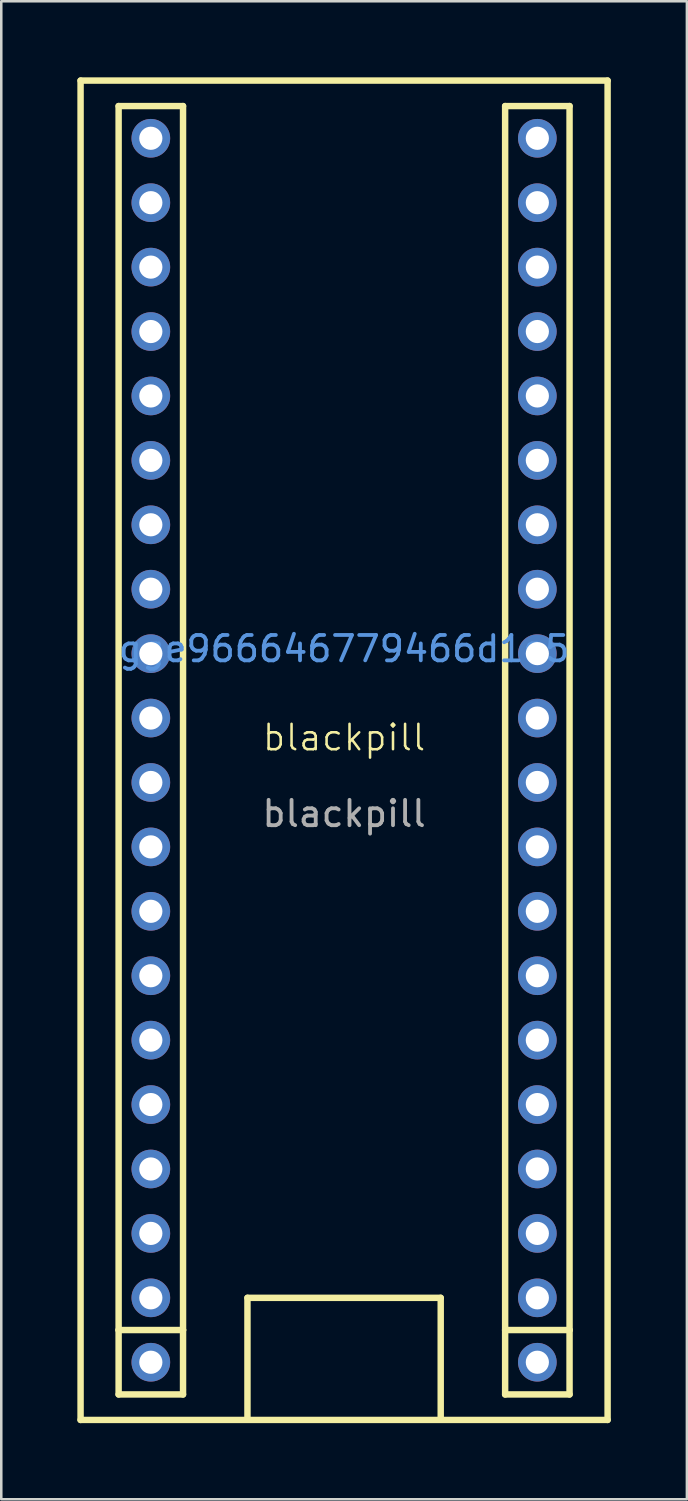
<source format=kicad_pcb>
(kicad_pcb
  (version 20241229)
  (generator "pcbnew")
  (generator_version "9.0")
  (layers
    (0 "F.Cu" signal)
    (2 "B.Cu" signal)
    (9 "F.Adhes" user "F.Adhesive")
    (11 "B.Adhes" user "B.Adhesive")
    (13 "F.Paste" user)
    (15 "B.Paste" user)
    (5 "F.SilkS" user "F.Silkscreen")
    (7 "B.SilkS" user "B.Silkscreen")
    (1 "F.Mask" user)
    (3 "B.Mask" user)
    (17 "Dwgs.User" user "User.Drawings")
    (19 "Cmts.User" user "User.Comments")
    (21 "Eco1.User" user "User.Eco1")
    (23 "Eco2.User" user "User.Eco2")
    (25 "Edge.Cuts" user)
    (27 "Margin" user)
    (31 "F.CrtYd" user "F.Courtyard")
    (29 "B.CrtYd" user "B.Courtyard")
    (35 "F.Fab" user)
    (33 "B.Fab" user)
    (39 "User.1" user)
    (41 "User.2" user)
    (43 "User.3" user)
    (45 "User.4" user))
  (footprint "blackpill"
    (layer "F.Cu")
    (at 10.517 26.532)
    (property "Reference" "blackpill" (at 0 -0.5 0) (unlocked yes) (layer "F.SilkS") (effects (font (size 1 1) (thickness 0.1))))
    (attr smd)
    (fp_line (start -10.39 -26.405) (end 10.39 -26.405) (stroke (width 0.254) (type solid)) (layer "F.SilkS"))
    (fp_line (start -10.39 26.405) (end -10.39 -26.405) (stroke (width 0.254) (type solid)) (layer "F.SilkS"))
    (fp_line (start -8.89 -25.4) (end -6.35 -25.4) (stroke (width 0.254) (type solid)) (layer "F.SilkS"))
    (fp_line (start -8.89 22.86) (end -8.89 -25.4) (stroke (width 0.254) (type solid)) (layer "F.SilkS"))
    (fp_line (start -8.89 22.86) (end -8.89 25.4) (stroke (width 0.254) (type solid)) (layer "F.SilkS"))
    (fp_line (start -8.89 25.4) (end -6.35 25.4) (stroke (width 0.254) (type solid)) (layer "F.SilkS"))
    (fp_line (start -6.35 -25.4) (end -6.35 22.86) (stroke (width 0.254) (type solid)) (layer "F.SilkS"))
    (fp_line (start -6.35 22.86) (end -8.89 22.86) (stroke (width 0.254) (type solid)) (layer "F.SilkS"))
    (fp_line (start -6.35 25.4) (end -6.35 22.86) (stroke (width 0.254) (type solid)) (layer "F.SilkS"))
    (fp_line (start -3.81 21.59) (end 3.81 21.59) (stroke (width 0.254) (type solid)) (layer "F.SilkS"))
    (fp_line (start -3.81 26.289) (end -3.81 21.59) (stroke (width 0.254) (type solid)) (layer "F.SilkS"))
    (fp_line (start 3.81 21.59) (end 3.81 26.289) (stroke (width 0.254) (type solid)) (layer "F.SilkS"))
    (fp_line (start 6.35 -25.4) (end 8.89 -25.4) (stroke (width 0.254) (type solid)) (layer "F.SilkS"))
    (fp_line (start 6.35 22.86) (end 6.35 -25.4) (stroke (width 0.254) (type solid)) (layer "F.SilkS"))
    (fp_line (start 6.35 22.86) (end 6.35 25.4) (stroke (width 0.254) (type solid)) (layer "F.SilkS"))
    (fp_line (start 6.35 25.4) (end 8.89 25.4) (stroke (width 0.254) (type solid)) (layer "F.SilkS"))
    (fp_line (start 8.89 -25.4) (end 8.89 22.86) (stroke (width 0.254) (type solid)) (layer "F.SilkS"))
    (fp_line (start 8.89 22.86) (end 6.35 22.86) (stroke (width 0.254) (type solid)) (layer "F.SilkS"))
    (fp_line (start 8.89 25.4) (end 8.89 22.86) (stroke (width 0.254) (type solid)) (layer "F.SilkS"))
    (fp_line (start 10.39 -26.405) (end 10.39 26.405) (stroke (width 0.254) (type solid)) (layer "F.SilkS"))
    (fp_line (start 10.39 26.405) (end -10.39 26.405) (stroke (width 0.254) (type solid)) (layer "F.SilkS"))
    (fp_text user "gge966646779466d1e5" (at 0 -4 0) (layer "Cmts.User") (effects (font (size 1 1) (thickness 0.15))))
    (fp_text user "${REFERENCE}" (at 0 2.5 0) (unlocked yes) (layer "F.Fab") (effects (font (size 1 1) (thickness 0.15))))
    (pad "1" thru_hole circle (at -7.62 -24.13) (size 1.524 1.524) (drill 0.914) (layers "*.Cu" "*.Paste" "*.Mask"))
    (pad "2" thru_hole circle (at -7.62 -21.59) (size 1.524 1.524) (drill 0.914) (layers "*.Cu" "*.Paste" "*.Mask"))
    (pad "3" thru_hole circle (at -7.62 -19.05) (size 1.524 1.524) (drill 0.914) (layers "*.Cu" "*.Paste" "*.Mask"))
    (pad "4" thru_hole circle (at -7.62 -16.51) (size 1.524 1.524) (drill 0.914) (layers "*.Cu" "*.Paste" "*.Mask"))
    (pad "5" thru_hole circle (at -7.62 -13.97) (size 1.524 1.524) (drill 0.914) (layers "*.Cu" "*.Paste" "*.Mask"))
    (pad "6" thru_hole circle (at -7.62 -11.43) (size 1.524 1.524) (drill 0.914) (layers "*.Cu" "*.Paste" "*.Mask"))
    (pad "7" thru_hole circle (at -7.62 -8.89) (size 1.524 1.524) (drill 0.914) (layers "*.Cu" "*.Paste" "*.Mask"))
    (pad "8" thru_hole circle (at -7.62 -6.35) (size 1.524 1.524) (drill 0.914) (layers "*.Cu" "*.Paste" "*.Mask"))
    (pad "9" thru_hole circle (at -7.62 -3.81) (size 1.524 1.524) (drill 0.914) (layers "*.Cu" "*.Paste" "*.Mask"))
    (pad "10" thru_hole circle (at -7.62 -1.27) (size 1.524 1.524) (drill 0.914) (layers "*.Cu" "*.Paste" "*.Mask"))
    (pad "11" thru_hole circle (at -7.62 1.27) (size 1.524 1.524) (drill 0.914) (layers "*.Cu" "*.Paste" "*.Mask"))
    (pad "12" thru_hole circle (at -7.62 3.81) (size 1.524 1.524) (drill 0.914) (layers "*.Cu" "*.Paste" "*.Mask"))
    (pad "13" thru_hole circle (at -7.62 6.35) (size 1.524 1.524) (drill 0.914) (layers "*.Cu" "*.Paste" "*.Mask"))
    (pad "14" thru_hole circle (at -7.62 8.89) (size 1.524 1.524) (drill 0.914) (layers "*.Cu" "*.Paste" "*.Mask"))
    (pad "15" thru_hole circle (at -7.62 11.43) (size 1.524 1.524) (drill 0.914) (layers "*.Cu" "*.Paste" "*.Mask"))
    (pad "16" thru_hole circle (at -7.62 13.97) (size 1.524 1.524) (drill 0.914) (layers "*.Cu" "*.Paste" "*.Mask"))
    (pad "17" thru_hole circle (at -7.62 16.51) (size 1.524 1.524) (drill 0.914) (layers "*.Cu" "*.Paste" "*.Mask"))
    (pad "18" thru_hole circle (at -7.62 19.05) (size 1.524 1.524) (drill 0.914) (layers "*.Cu" "*.Paste" "*.Mask"))
    (pad "19" thru_hole circle (at -7.62 21.59) (size 1.524 1.524) (drill 0.914) (layers "*.Cu" "*.Paste" "*.Mask"))
    (pad "20" thru_hole circle (at -7.62 24.13) (size 1.524 1.524) (drill 0.914) (layers "*.Cu" "*.Paste" "*.Mask"))
    (pad "21" thru_hole circle (at 7.62 24.13) (size 1.524 1.524) (drill 0.914) (layers "*.Cu" "*.Paste" "*.Mask"))
    (pad "22" thru_hole circle (at 7.62 21.59) (size 1.524 1.524) (drill 0.914) (layers "*.Cu" "*.Paste" "*.Mask"))
    (pad "23" thru_hole circle (at 7.62 19.05) (size 1.524 1.524) (drill 0.914) (layers "*.Cu" "*.Paste" "*.Mask"))
    (pad "24" thru_hole circle (at 7.62 16.51) (size 1.524 1.524) (drill 0.914) (layers "*.Cu" "*.Paste" "*.Mask"))
    (pad "25" thru_hole circle (at 7.62 13.97) (size 1.524 1.524) (drill 0.914) (layers "*.Cu" "*.Paste" "*.Mask"))
    (pad "26" thru_hole circle (at 7.62 11.43) (size 1.524 1.524) (drill 0.914) (layers "*.Cu" "*.Paste" "*.Mask"))
    (pad "27" thru_hole circle (at 7.62 8.89) (size 1.524 1.524) (drill 0.914) (layers "*.Cu" "*.Paste" "*.Mask"))
    (pad "28" thru_hole circle (at 7.62 6.35) (size 1.524 1.524) (drill 0.914) (layers "*.Cu" "*.Paste" "*.Mask"))
    (pad "29" thru_hole circle (at 7.62 3.81) (size 1.524 1.524) (drill 0.914) (layers "*.Cu" "*.Paste" "*.Mask"))
    (pad "30" thru_hole circle (at 7.62 1.27) (size 1.524 1.524) (drill 0.914) (layers "*.Cu" "*.Paste" "*.Mask"))
    (pad "31" thru_hole circle (at 7.62 -1.27) (size 1.524 1.524) (drill 0.914) (layers "*.Cu" "*.Paste" "*.Mask"))
    (pad "32" thru_hole circle (at 7.62 -3.81) (size 1.524 1.524) (drill 0.914) (layers "*.Cu" "*.Paste" "*.Mask"))
    (pad "33" thru_hole circle (at 7.62 -6.35) (size 1.524 1.524) (drill 0.914) (layers "*.Cu" "*.Paste" "*.Mask"))
    (pad "34" thru_hole circle (at 7.62 -8.89) (size 1.524 1.524) (drill 0.914) (layers "*.Cu" "*.Paste" "*.Mask"))
    (pad "35" thru_hole circle (at 7.62 -11.43) (size 1.524 1.524) (drill 0.914) (layers "*.Cu" "*.Paste" "*.Mask"))
    (pad "36" thru_hole circle (at 7.62 -13.97) (size 1.524 1.524) (drill 0.914) (layers "*.Cu" "*.Paste" "*.Mask"))
    (pad "37" thru_hole circle (at 7.62 -16.51) (size 1.524 1.524) (drill 0.914) (layers "*.Cu" "*.Paste" "*.Mask"))
    (pad "38" thru_hole circle (at 7.62 -19.05) (size 1.524 1.524) (drill 0.914) (layers "*.Cu" "*.Paste" "*.Mask"))
    (pad "39" thru_hole circle (at 7.62 -21.59) (size 1.524 1.524) (drill 0.914) (layers "*.Cu" "*.Paste" "*.Mask"))
    (pad "40" thru_hole circle (at 7.62 -24.13) (size 1.524 1.524) (drill 0.914) (layers "*.Cu" "*.Paste" "*.Mask")))
  (gr_rect
    (start -3 -3)
    (end 24.034 56.064)
    (stroke (width 0.1) (type default))
    (fill no)
    (layer "Edge.Cuts")))
</source>
